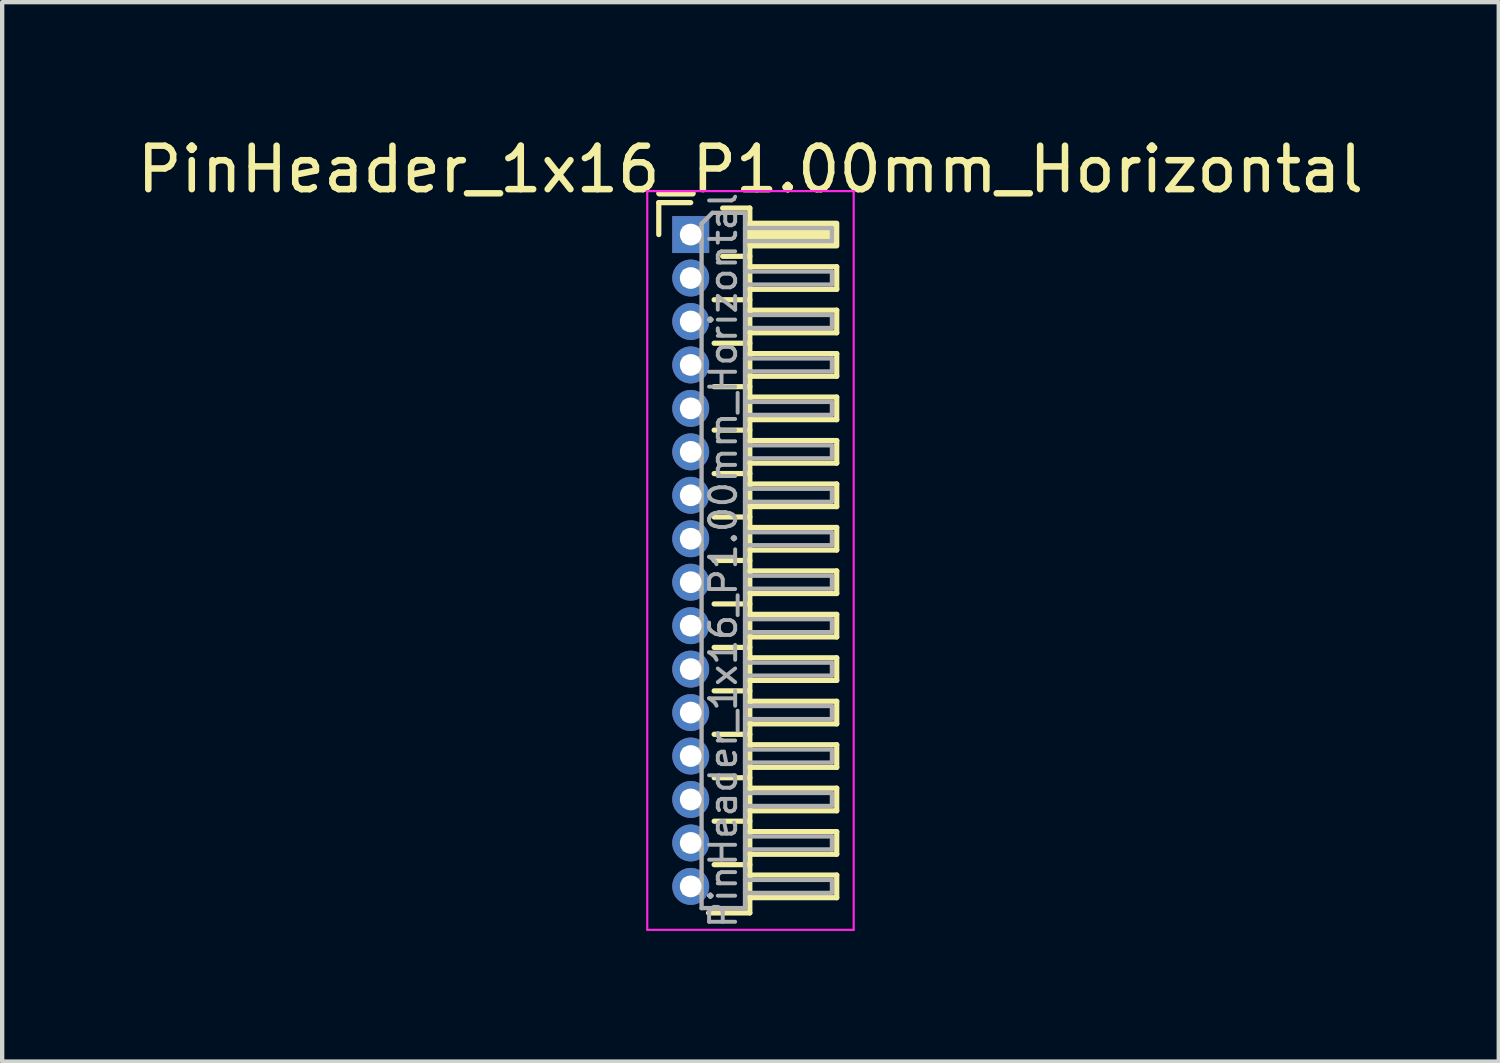
<source format=kicad_pcb>
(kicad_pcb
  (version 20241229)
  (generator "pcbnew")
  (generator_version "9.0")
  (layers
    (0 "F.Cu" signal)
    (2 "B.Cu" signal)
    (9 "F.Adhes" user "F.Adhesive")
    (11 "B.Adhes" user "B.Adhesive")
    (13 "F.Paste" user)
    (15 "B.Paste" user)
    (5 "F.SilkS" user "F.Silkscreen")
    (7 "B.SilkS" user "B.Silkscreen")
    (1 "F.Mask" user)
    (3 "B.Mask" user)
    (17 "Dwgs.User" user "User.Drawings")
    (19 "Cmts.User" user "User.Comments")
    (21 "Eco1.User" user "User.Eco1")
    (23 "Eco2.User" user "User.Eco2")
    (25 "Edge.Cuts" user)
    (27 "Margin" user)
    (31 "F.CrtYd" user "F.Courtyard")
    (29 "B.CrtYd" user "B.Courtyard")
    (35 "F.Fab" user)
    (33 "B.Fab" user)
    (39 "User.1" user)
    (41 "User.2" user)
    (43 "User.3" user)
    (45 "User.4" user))
  (footprint "PinHeader_1x16_P1.00mm_Horizontal"
    (layer "F.Cu")
    (at 12.845 2.348)
    (property "Reference" "PinHeader_1x16_P1.00mm_Horizontal" (at 1.375 -1.5 0) (layer "F.SilkS") (effects (font (size 1 1) (thickness 0.15))))
    (attr through_hole)
    (fp_line (start -0.735 -0.735) (end 0 -0.735) (stroke (width 0.12) (type solid)) (layer "F.SilkS"))
    (fp_line (start -0.735 0) (end -0.735 -0.735) (stroke (width 0.12) (type solid)) (layer "F.SilkS"))
    (fp_line (start 0.539 1.5) (end 1.36 1.5) (stroke (width 0.12) (type solid)) (layer "F.SilkS"))
    (fp_line (start 0.539 2.5) (end 1.36 2.5) (stroke (width 0.12) (type solid)) (layer "F.SilkS"))
    (fp_line (start 0.539 3.5) (end 1.36 3.5) (stroke (width 0.12) (type solid)) (layer "F.SilkS"))
    (fp_line (start 0.539 4.5) (end 1.36 4.5) (stroke (width 0.12) (type solid)) (layer "F.SilkS"))
    (fp_line (start 0.539 5.5) (end 1.36 5.5) (stroke (width 0.12) (type solid)) (layer "F.SilkS"))
    (fp_line (start 0.539 6.5) (end 1.36 6.5) (stroke (width 0.12) (type solid)) (layer "F.SilkS"))
    (fp_line (start 0.539 7.5) (end 1.36 7.5) (stroke (width 0.12) (type solid)) (layer "F.SilkS"))
    (fp_line (start 0.539 8.5) (end 1.36 8.5) (stroke (width 0.12) (type solid)) (layer "F.SilkS"))
    (fp_line (start 0.539 9.5) (end 1.36 9.5) (stroke (width 0.12) (type solid)) (layer "F.SilkS"))
    (fp_line (start 0.539 10.5) (end 1.36 10.5) (stroke (width 0.12) (type solid)) (layer "F.SilkS"))
    (fp_line (start 0.539 11.5) (end 1.36 11.5) (stroke (width 0.12) (type solid)) (layer "F.SilkS"))
    (fp_line (start 0.539 12.5) (end 1.36 12.5) (stroke (width 0.12) (type solid)) (layer "F.SilkS"))
    (fp_line (start 0.539 13.5) (end 1.36 13.5) (stroke (width 0.12) (type solid)) (layer "F.SilkS"))
    (fp_line (start 0.539 14.5) (end 1.36 14.5) (stroke (width 0.12) (type solid)) (layer "F.SilkS"))
    (fp_line (start 0.735 -0.61) (end 1.36 -0.61) (stroke (width 0.12) (type solid)) (layer "F.SilkS"))
    (fp_line (start 0.735 0.5) (end 1.36 0.5) (stroke (width 0.12) (type solid)) (layer "F.SilkS"))
    (fp_line (start 1.36 -0.61) (end 1.36 15.61) (stroke (width 0.12) (type solid)) (layer "F.SilkS"))
    (fp_line (start 1.36 0.74) (end 3.36 0.74) (stroke (width 0.12) (type solid)) (layer "F.SilkS"))
    (fp_line (start 1.36 1.74) (end 3.36 1.74) (stroke (width 0.12) (type solid)) (layer "F.SilkS"))
    (fp_line (start 1.36 2.74) (end 3.36 2.74) (stroke (width 0.12) (type solid)) (layer "F.SilkS"))
    (fp_line (start 1.36 3.74) (end 3.36 3.74) (stroke (width 0.12) (type solid)) (layer "F.SilkS"))
    (fp_line (start 1.36 4.74) (end 3.36 4.74) (stroke (width 0.12) (type solid)) (layer "F.SilkS"))
    (fp_line (start 1.36 5.74) (end 3.36 5.74) (stroke (width 0.12) (type solid)) (layer "F.SilkS"))
    (fp_line (start 1.36 6.74) (end 3.36 6.74) (stroke (width 0.12) (type solid)) (layer "F.SilkS"))
    (fp_line (start 1.36 7.74) (end 3.36 7.74) (stroke (width 0.12) (type solid)) (layer "F.SilkS"))
    (fp_line (start 1.36 8.74) (end 3.36 8.74) (stroke (width 0.12) (type solid)) (layer "F.SilkS"))
    (fp_line (start 1.36 9.74) (end 3.36 9.74) (stroke (width 0.12) (type solid)) (layer "F.SilkS"))
    (fp_line (start 1.36 10.74) (end 3.36 10.74) (stroke (width 0.12) (type solid)) (layer "F.SilkS"))
    (fp_line (start 1.36 11.74) (end 3.36 11.74) (stroke (width 0.12) (type solid)) (layer "F.SilkS"))
    (fp_line (start 1.36 12.74) (end 3.36 12.74) (stroke (width 0.12) (type solid)) (layer "F.SilkS"))
    (fp_line (start 1.36 13.74) (end 3.36 13.74) (stroke (width 0.12) (type solid)) (layer "F.SilkS"))
    (fp_line (start 1.36 14.74) (end 3.36 14.74) (stroke (width 0.12) (type solid)) (layer "F.SilkS"))
    (fp_line (start 1.36 15.61) (end 0.41 15.61) (stroke (width 0.12) (type solid)) (layer "F.SilkS"))
    (fp_line (start 3.36 0.74) (end 3.36 1.26) (stroke (width 0.12) (type solid)) (layer "F.SilkS"))
    (fp_line (start 3.36 1.26) (end 1.36 1.26) (stroke (width 0.12) (type solid)) (layer "F.SilkS"))
    (fp_line (start 3.36 1.74) (end 3.36 2.26) (stroke (width 0.12) (type solid)) (layer "F.SilkS"))
    (fp_line (start 3.36 2.26) (end 1.36 2.26) (stroke (width 0.12) (type solid)) (layer "F.SilkS"))
    (fp_line (start 3.36 2.74) (end 3.36 3.26) (stroke (width 0.12) (type solid)) (layer "F.SilkS"))
    (fp_line (start 3.36 3.26) (end 1.36 3.26) (stroke (width 0.12) (type solid)) (layer "F.SilkS"))
    (fp_line (start 3.36 3.74) (end 3.36 4.26) (stroke (width 0.12) (type solid)) (layer "F.SilkS"))
    (fp_line (start 3.36 4.26) (end 1.36 4.26) (stroke (width 0.12) (type solid)) (layer "F.SilkS"))
    (fp_line (start 3.36 4.74) (end 3.36 5.26) (stroke (width 0.12) (type solid)) (layer "F.SilkS"))
    (fp_line (start 3.36 5.26) (end 1.36 5.26) (stroke (width 0.12) (type solid)) (layer "F.SilkS"))
    (fp_line (start 3.36 5.74) (end 3.36 6.26) (stroke (width 0.12) (type solid)) (layer "F.SilkS"))
    (fp_line (start 3.36 6.26) (end 1.36 6.26) (stroke (width 0.12) (type solid)) (layer "F.SilkS"))
    (fp_line (start 3.36 6.74) (end 3.36 7.26) (stroke (width 0.12) (type solid)) (layer "F.SilkS"))
    (fp_line (start 3.36 7.26) (end 1.36 7.26) (stroke (width 0.12) (type solid)) (layer "F.SilkS"))
    (fp_line (start 3.36 7.74) (end 3.36 8.26) (stroke (width 0.12) (type solid)) (layer "F.SilkS"))
    (fp_line (start 3.36 8.26) (end 1.36 8.26) (stroke (width 0.12) (type solid)) (layer "F.SilkS"))
    (fp_line (start 3.36 8.74) (end 3.36 9.26) (stroke (width 0.12) (type solid)) (layer "F.SilkS"))
    (fp_line (start 3.36 9.26) (end 1.36 9.26) (stroke (width 0.12) (type solid)) (layer "F.SilkS"))
    (fp_line (start 3.36 9.74) (end 3.36 10.26) (stroke (width 0.12) (type solid)) (layer "F.SilkS"))
    (fp_line (start 3.36 10.26) (end 1.36 10.26) (stroke (width 0.12) (type solid)) (layer "F.SilkS"))
    (fp_line (start 3.36 10.74) (end 3.36 11.26) (stroke (width 0.12) (type solid)) (layer "F.SilkS"))
    (fp_line (start 3.36 11.26) (end 1.36 11.26) (stroke (width 0.12) (type solid)) (layer "F.SilkS"))
    (fp_line (start 3.36 11.74) (end 3.36 12.26) (stroke (width 0.12) (type solid)) (layer "F.SilkS"))
    (fp_line (start 3.36 12.26) (end 1.36 12.26) (stroke (width 0.12) (type solid)) (layer "F.SilkS"))
    (fp_line (start 3.36 12.74) (end 3.36 13.26) (stroke (width 0.12) (type solid)) (layer "F.SilkS"))
    (fp_line (start 3.36 13.26) (end 1.36 13.26) (stroke (width 0.12) (type solid)) (layer "F.SilkS"))
    (fp_line (start 3.36 13.74) (end 3.36 14.26) (stroke (width 0.12) (type solid)) (layer "F.SilkS"))
    (fp_line (start 3.36 14.26) (end 1.36 14.26) (stroke (width 0.12) (type solid)) (layer "F.SilkS"))
    (fp_line (start 3.36 14.74) (end 3.36 15.26) (stroke (width 0.12) (type solid)) (layer "F.SilkS"))
    (fp_line (start 3.36 15.26) (end 1.36 15.26) (stroke (width 0.12) (type solid)) (layer "F.SilkS"))
    (fp_rect (start 1.36 -0.26) (end 3.36 0.26) (stroke (width 0.12) (type solid)) (fill yes) (layer "F.SilkS"))
    (fp_line (start -1 -1) (end -1 16) (stroke (width 0.05) (type solid)) (layer "F.CrtYd"))
    (fp_line (start -1 16) (end 3.75 16) (stroke (width 0.05) (type solid)) (layer "F.CrtYd"))
    (fp_line (start 3.75 -1) (end -1 -1) (stroke (width 0.05) (type solid)) (layer "F.CrtYd"))
    (fp_line (start 3.75 16) (end 3.75 -1) (stroke (width 0.05) (type solid)) (layer "F.CrtYd"))
    (fp_line (start -0.15 -0.15) (end -0.15 0.15) (stroke (width 0.1) (type solid)) (layer "F.Fab"))
    (fp_line (start -0.15 -0.15) (end 0.25 -0.15) (stroke (width 0.1) (type solid)) (layer "F.Fab"))
    (fp_line (start -0.15 0.15) (end 0.25 0.15) (stroke (width 0.1) (type solid)) (layer "F.Fab"))
    (fp_line (start -0.15 0.85) (end -0.15 1.15) (stroke (width 0.1) (type solid)) (layer "F.Fab"))
    (fp_line (start -0.15 0.85) (end 0.25 0.85) (stroke (width 0.1) (type solid)) (layer "F.Fab"))
    (fp_line (start -0.15 1.15) (end 0.25 1.15) (stroke (width 0.1) (type solid)) (layer "F.Fab"))
    (fp_line (start -0.15 1.85) (end -0.15 2.15) (stroke (width 0.1) (type solid)) (layer "F.Fab"))
    (fp_line (start -0.15 1.85) (end 0.25 1.85) (stroke (width 0.1) (type solid)) (layer "F.Fab"))
    (fp_line (start -0.15 2.15) (end 0.25 2.15) (stroke (width 0.1) (type solid)) (layer "F.Fab"))
    (fp_line (start -0.15 2.85) (end -0.15 3.15) (stroke (width 0.1) (type solid)) (layer "F.Fab"))
    (fp_line (start -0.15 2.85) (end 0.25 2.85) (stroke (width 0.1) (type solid)) (layer "F.Fab"))
    (fp_line (start -0.15 3.15) (end 0.25 3.15) (stroke (width 0.1) (type solid)) (layer "F.Fab"))
    (fp_line (start -0.15 3.85) (end -0.15 4.15) (stroke (width 0.1) (type solid)) (layer "F.Fab"))
    (fp_line (start -0.15 3.85) (end 0.25 3.85) (stroke (width 0.1) (type solid)) (layer "F.Fab"))
    (fp_line (start -0.15 4.15) (end 0.25 4.15) (stroke (width 0.1) (type solid)) (layer "F.Fab"))
    (fp_line (start -0.15 4.85) (end -0.15 5.15) (stroke (width 0.1) (type solid)) (layer "F.Fab"))
    (fp_line (start -0.15 4.85) (end 0.25 4.85) (stroke (width 0.1) (type solid)) (layer "F.Fab"))
    (fp_line (start -0.15 5.15) (end 0.25 5.15) (stroke (width 0.1) (type solid)) (layer "F.Fab"))
    (fp_line (start -0.15 5.85) (end -0.15 6.15) (stroke (width 0.1) (type solid)) (layer "F.Fab"))
    (fp_line (start -0.15 5.85) (end 0.25 5.85) (stroke (width 0.1) (type solid)) (layer "F.Fab"))
    (fp_line (start -0.15 6.15) (end 0.25 6.15) (stroke (width 0.1) (type solid)) (layer "F.Fab"))
    (fp_line (start -0.15 6.85) (end -0.15 7.15) (stroke (width 0.1) (type solid)) (layer "F.Fab"))
    (fp_line (start -0.15 6.85) (end 0.25 6.85) (stroke (width 0.1) (type solid)) (layer "F.Fab"))
    (fp_line (start -0.15 7.15) (end 0.25 7.15) (stroke (width 0.1) (type solid)) (layer "F.Fab"))
    (fp_line (start -0.15 7.85) (end -0.15 8.15) (stroke (width 0.1) (type solid)) (layer "F.Fab"))
    (fp_line (start -0.15 7.85) (end 0.25 7.85) (stroke (width 0.1) (type solid)) (layer "F.Fab"))
    (fp_line (start -0.15 8.15) (end 0.25 8.15) (stroke (width 0.1) (type solid)) (layer "F.Fab"))
    (fp_line (start -0.15 8.85) (end -0.15 9.15) (stroke (width 0.1) (type solid)) (layer "F.Fab"))
    (fp_line (start -0.15 8.85) (end 0.25 8.85) (stroke (width 0.1) (type solid)) (layer "F.Fab"))
    (fp_line (start -0.15 9.15) (end 0.25 9.15) (stroke (width 0.1) (type solid)) (layer "F.Fab"))
    (fp_line (start -0.15 9.85) (end -0.15 10.15) (stroke (width 0.1) (type solid)) (layer "F.Fab"))
    (fp_line (start -0.15 9.85) (end 0.25 9.85) (stroke (width 0.1) (type solid)) (layer "F.Fab"))
    (fp_line (start -0.15 10.15) (end 0.25 10.15) (stroke (width 0.1) (type solid)) (layer "F.Fab"))
    (fp_line (start -0.15 10.85) (end -0.15 11.15) (stroke (width 0.1) (type solid)) (layer "F.Fab"))
    (fp_line (start -0.15 10.85) (end 0.25 10.85) (stroke (width 0.1) (type solid)) (layer "F.Fab"))
    (fp_line (start -0.15 11.15) (end 0.25 11.15) (stroke (width 0.1) (type solid)) (layer "F.Fab"))
    (fp_line (start -0.15 11.85) (end -0.15 12.15) (stroke (width 0.1) (type solid)) (layer "F.Fab"))
    (fp_line (start -0.15 11.85) (end 0.25 11.85) (stroke (width 0.1) (type solid)) (layer "F.Fab"))
    (fp_line (start -0.15 12.15) (end 0.25 12.15) (stroke (width 0.1) (type solid)) (layer "F.Fab"))
    (fp_line (start -0.15 12.85) (end -0.15 13.15) (stroke (width 0.1) (type solid)) (layer "F.Fab"))
    (fp_line (start -0.15 12.85) (end 0.25 12.85) (stroke (width 0.1) (type solid)) (layer "F.Fab"))
    (fp_line (start -0.15 13.15) (end 0.25 13.15) (stroke (width 0.1) (type solid)) (layer "F.Fab"))
    (fp_line (start -0.15 13.85) (end -0.15 14.15) (stroke (width 0.1) (type solid)) (layer "F.Fab"))
    (fp_line (start -0.15 13.85) (end 0.25 13.85) (stroke (width 0.1) (type solid)) (layer "F.Fab"))
    (fp_line (start -0.15 14.15) (end 0.25 14.15) (stroke (width 0.1) (type solid)) (layer "F.Fab"))
    (fp_line (start -0.15 14.85) (end -0.15 15.15) (stroke (width 0.1) (type solid)) (layer "F.Fab"))
    (fp_line (start -0.15 14.85) (end 0.25 14.85) (stroke (width 0.1) (type solid)) (layer "F.Fab"))
    (fp_line (start -0.15 15.15) (end 0.25 15.15) (stroke (width 0.1) (type solid)) (layer "F.Fab"))
    (fp_line (start 0.25 -0.25) (end 0.5 -0.5) (stroke (width 0.1) (type solid)) (layer "F.Fab"))
    (fp_line (start 0.25 15.5) (end 0.25 -0.25) (stroke (width 0.1) (type solid)) (layer "F.Fab"))
    (fp_line (start 0.5 -0.5) (end 1.25 -0.5) (stroke (width 0.1) (type solid)) (layer "F.Fab"))
    (fp_line (start 1.25 -0.5) (end 1.25 15.5) (stroke (width 0.1) (type solid)) (layer "F.Fab"))
    (fp_line (start 1.25 -0.15) (end 3.25 -0.15) (stroke (width 0.1) (type solid)) (layer "F.Fab"))
    (fp_line (start 1.25 0.15) (end 3.25 0.15) (stroke (width 0.1) (type solid)) (layer "F.Fab"))
    (fp_line (start 1.25 0.85) (end 3.25 0.85) (stroke (width 0.1) (type solid)) (layer "F.Fab"))
    (fp_line (start 1.25 1.15) (end 3.25 1.15) (stroke (width 0.1) (type solid)) (layer "F.Fab"))
    (fp_line (start 1.25 1.85) (end 3.25 1.85) (stroke (width 0.1) (type solid)) (layer "F.Fab"))
    (fp_line (start 1.25 2.15) (end 3.25 2.15) (stroke (width 0.1) (type solid)) (layer "F.Fab"))
    (fp_line (start 1.25 2.85) (end 3.25 2.85) (stroke (width 0.1) (type solid)) (layer "F.Fab"))
    (fp_line (start 1.25 3.15) (end 3.25 3.15) (stroke (width 0.1) (type solid)) (layer "F.Fab"))
    (fp_line (start 1.25 3.85) (end 3.25 3.85) (stroke (width 0.1) (type solid)) (layer "F.Fab"))
    (fp_line (start 1.25 4.15) (end 3.25 4.15) (stroke (width 0.1) (type solid)) (layer "F.Fab"))
    (fp_line (start 1.25 4.85) (end 3.25 4.85) (stroke (width 0.1) (type solid)) (layer "F.Fab"))
    (fp_line (start 1.25 5.15) (end 3.25 5.15) (stroke (width 0.1) (type solid)) (layer "F.Fab"))
    (fp_line (start 1.25 5.85) (end 3.25 5.85) (stroke (width 0.1) (type solid)) (layer "F.Fab"))
    (fp_line (start 1.25 6.15) (end 3.25 6.15) (stroke (width 0.1) (type solid)) (layer "F.Fab"))
    (fp_line (start 1.25 6.85) (end 3.25 6.85) (stroke (width 0.1) (type solid)) (layer "F.Fab"))
    (fp_line (start 1.25 7.15) (end 3.25 7.15) (stroke (width 0.1) (type solid)) (layer "F.Fab"))
    (fp_line (start 1.25 7.85) (end 3.25 7.85) (stroke (width 0.1) (type solid)) (layer "F.Fab"))
    (fp_line (start 1.25 8.15) (end 3.25 8.15) (stroke (width 0.1) (type solid)) (layer "F.Fab"))
    (fp_line (start 1.25 8.85) (end 3.25 8.85) (stroke (width 0.1) (type solid)) (layer "F.Fab"))
    (fp_line (start 1.25 9.15) (end 3.25 9.15) (stroke (width 0.1) (type solid)) (layer "F.Fab"))
    (fp_line (start 1.25 9.85) (end 3.25 9.85) (stroke (width 0.1) (type solid)) (layer "F.Fab"))
    (fp_line (start 1.25 10.15) (end 3.25 10.15) (stroke (width 0.1) (type solid)) (layer "F.Fab"))
    (fp_line (start 1.25 10.85) (end 3.25 10.85) (stroke (width 0.1) (type solid)) (layer "F.Fab"))
    (fp_line (start 1.25 11.15) (end 3.25 11.15) (stroke (width 0.1) (type solid)) (layer "F.Fab"))
    (fp_line (start 1.25 11.85) (end 3.25 11.85) (stroke (width 0.1) (type solid)) (layer "F.Fab"))
    (fp_line (start 1.25 12.15) (end 3.25 12.15) (stroke (width 0.1) (type solid)) (layer "F.Fab"))
    (fp_line (start 1.25 12.85) (end 3.25 12.85) (stroke (width 0.1) (type solid)) (layer "F.Fab"))
    (fp_line (start 1.25 13.15) (end 3.25 13.15) (stroke (width 0.1) (type solid)) (layer "F.Fab"))
    (fp_line (start 1.25 13.85) (end 3.25 13.85) (stroke (width 0.1) (type solid)) (layer "F.Fab"))
    (fp_line (start 1.25 14.15) (end 3.25 14.15) (stroke (width 0.1) (type solid)) (layer "F.Fab"))
    (fp_line (start 1.25 14.85) (end 3.25 14.85) (stroke (width 0.1) (type solid)) (layer "F.Fab"))
    (fp_line (start 1.25 15.15) (end 3.25 15.15) (stroke (width 0.1) (type solid)) (layer "F.Fab"))
    (fp_line (start 1.25 15.5) (end 0.25 15.5) (stroke (width 0.1) (type solid)) (layer "F.Fab"))
    (fp_line (start 3.25 -0.15) (end 3.25 0.15) (stroke (width 0.1) (type solid)) (layer "F.Fab"))
    (fp_line (start 3.25 0.85) (end 3.25 1.15) (stroke (width 0.1) (type solid)) (layer "F.Fab"))
    (fp_line (start 3.25 1.85) (end 3.25 2.15) (stroke (width 0.1) (type solid)) (layer "F.Fab"))
    (fp_line (start 3.25 2.85) (end 3.25 3.15) (stroke (width 0.1) (type solid)) (layer "F.Fab"))
    (fp_line (start 3.25 3.85) (end 3.25 4.15) (stroke (width 0.1) (type solid)) (layer "F.Fab"))
    (fp_line (start 3.25 4.85) (end 3.25 5.15) (stroke (width 0.1) (type solid)) (layer "F.Fab"))
    (fp_line (start 3.25 5.85) (end 3.25 6.15) (stroke (width 0.1) (type solid)) (layer "F.Fab"))
    (fp_line (start 3.25 6.85) (end 3.25 7.15) (stroke (width 0.1) (type solid)) (layer "F.Fab"))
    (fp_line (start 3.25 7.85) (end 3.25 8.15) (stroke (width 0.1) (type solid)) (layer "F.Fab"))
    (fp_line (start 3.25 8.85) (end 3.25 9.15) (stroke (width 0.1) (type solid)) (layer "F.Fab"))
    (fp_line (start 3.25 9.85) (end 3.25 10.15) (stroke (width 0.1) (type solid)) (layer "F.Fab"))
    (fp_line (start 3.25 10.85) (end 3.25 11.15) (stroke (width 0.1) (type solid)) (layer "F.Fab"))
    (fp_line (start 3.25 11.85) (end 3.25 12.15) (stroke (width 0.1) (type solid)) (layer "F.Fab"))
    (fp_line (start 3.25 12.85) (end 3.25 13.15) (stroke (width 0.1) (type solid)) (layer "F.Fab"))
    (fp_line (start 3.25 13.85) (end 3.25 14.15) (stroke (width 0.1) (type solid)) (layer "F.Fab"))
    (fp_line (start 3.25 14.85) (end 3.25 15.15) (stroke (width 0.1) (type solid)) (layer "F.Fab"))
    (fp_text user "${REFERENCE}" (at 0.75 7.5 90) (layer "F.Fab") (effects (font (size 0.6 0.6) (thickness 0.09))))
    (pad "1" thru_hole rect (at 0 0) (size 0.85 0.85) (drill 0.5) (layers "*.Cu" "*.Mask"))
    (pad "2" thru_hole circle (at 0 1) (size 0.85 0.85) (drill 0.5) (layers "*.Cu" "*.Mask"))
    (pad "3" thru_hole circle (at 0 2) (size 0.85 0.85) (drill 0.5) (layers "*.Cu" "*.Mask"))
    (pad "4" thru_hole circle (at 0 3) (size 0.85 0.85) (drill 0.5) (layers "*.Cu" "*.Mask"))
    (pad "5" thru_hole circle (at 0 4) (size 0.85 0.85) (drill 0.5) (layers "*.Cu" "*.Mask"))
    (pad "6" thru_hole circle (at 0 5) (size 0.85 0.85) (drill 0.5) (layers "*.Cu" "*.Mask"))
    (pad "7" thru_hole circle (at 0 6) (size 0.85 0.85) (drill 0.5) (layers "*.Cu" "*.Mask"))
    (pad "8" thru_hole circle (at 0 7) (size 0.85 0.85) (drill 0.5) (layers "*.Cu" "*.Mask"))
    (pad "9" thru_hole circle (at 0 8) (size 0.85 0.85) (drill 0.5) (layers "*.Cu" "*.Mask"))
    (pad "10" thru_hole circle (at 0 9) (size 0.85 0.85) (drill 0.5) (layers "*.Cu" "*.Mask"))
    (pad "11" thru_hole circle (at 0 10) (size 0.85 0.85) (drill 0.5) (layers "*.Cu" "*.Mask"))
    (pad "12" thru_hole circle (at 0 11) (size 0.85 0.85) (drill 0.5) (layers "*.Cu" "*.Mask"))
    (pad "13" thru_hole circle (at 0 12) (size 0.85 0.85) (drill 0.5) (layers "*.Cu" "*.Mask"))
    (pad "14" thru_hole circle (at 0 13) (size 0.85 0.85) (drill 0.5) (layers "*.Cu" "*.Mask"))
    (pad "15" thru_hole circle (at 0 14) (size 0.85 0.85) (drill 0.5) (layers "*.Cu" "*.Mask"))
    (pad "16" thru_hole circle (at 0 15) (size 0.85 0.85) (drill 0.5) (layers "*.Cu" "*.Mask")))
  (gr_rect
    (start -3 -3)
    (end 31.44 21.38)
    (stroke (width 0.1) (type default))
    (fill no)
    (layer "Edge.Cuts")))
</source>
